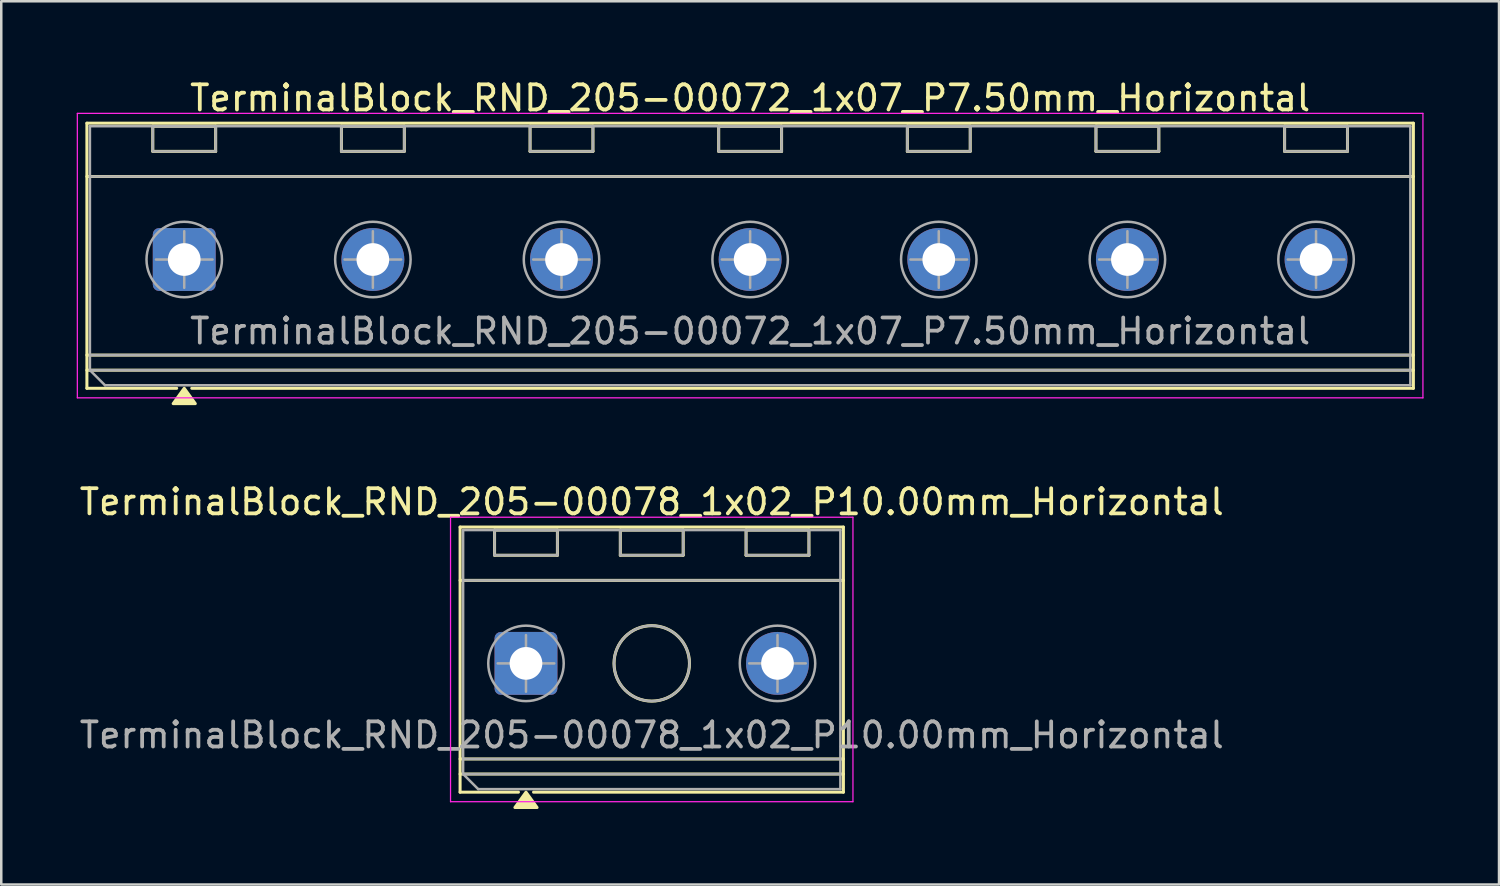
<source format=kicad_pcb>
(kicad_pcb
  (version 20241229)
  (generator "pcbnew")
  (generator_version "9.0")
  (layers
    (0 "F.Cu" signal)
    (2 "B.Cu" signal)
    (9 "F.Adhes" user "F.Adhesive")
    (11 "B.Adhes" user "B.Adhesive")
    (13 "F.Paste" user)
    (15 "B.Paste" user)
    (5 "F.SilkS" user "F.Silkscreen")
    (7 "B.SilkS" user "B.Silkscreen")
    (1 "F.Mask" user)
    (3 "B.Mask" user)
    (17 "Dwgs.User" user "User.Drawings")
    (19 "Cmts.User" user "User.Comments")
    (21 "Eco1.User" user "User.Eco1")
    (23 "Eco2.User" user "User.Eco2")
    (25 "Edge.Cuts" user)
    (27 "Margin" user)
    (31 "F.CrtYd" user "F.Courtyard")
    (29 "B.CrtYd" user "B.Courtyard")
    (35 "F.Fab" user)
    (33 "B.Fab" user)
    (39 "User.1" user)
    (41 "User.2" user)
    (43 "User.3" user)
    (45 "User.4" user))
  (footprint "TerminalBlock_RND_205-00072_1x07_P7.50mm_Horizontal"
    (layer "F.Cu")
    (at 4.275 7.268)
    (property "Reference" "TerminalBlock_RND_205-00072_1x07_P7.50mm_Horizontal" (at 22.5 -6.42 0) (layer "F.SilkS") (effects (font (size 1 1) (thickness 0.15))))
    (attr through_hole)
    (fp_line (start -3.87 -5.42) (end -3.87 5.12) (stroke (width 0.12) (type solid)) (layer "F.SilkS"))
    (fp_line (start -3.87 -5.42) (end 48.87 -5.42) (stroke (width 0.12) (type solid)) (layer "F.SilkS"))
    (fp_line (start -3.87 -3.3) (end 48.87 -3.3) (stroke (width 0.12) (type solid)) (layer "F.SilkS"))
    (fp_line (start -3.87 3.8) (end 48.87 3.8) (stroke (width 0.12) (type solid)) (layer "F.SilkS"))
    (fp_line (start -3.87 4.4) (end 48.87 4.4) (stroke (width 0.12) (type solid)) (layer "F.SilkS"))
    (fp_line (start -3.87 5.12) (end -0.3 5.12) (stroke (width 0.12) (type solid)) (layer "F.SilkS"))
    (fp_line (start -1.25 -5.3) (end -1.25 -4.3) (stroke (width 0.12) (type solid)) (layer "F.SilkS"))
    (fp_line (start -1.25 -5.3) (end 1.25 -5.3) (stroke (width 0.12) (type solid)) (layer "F.SilkS"))
    (fp_line (start -1.25 -4.3) (end 1.25 -4.3) (stroke (width 0.12) (type solid)) (layer "F.SilkS"))
    (fp_line (start 0.3 5.12) (end 48.87 5.12) (stroke (width 0.12) (type solid)) (layer "F.SilkS"))
    (fp_line (start 1.25 -5.3) (end 1.25 -4.3) (stroke (width 0.12) (type solid)) (layer "F.SilkS"))
    (fp_line (start 6.25 -5.3) (end 6.25 -4.3) (stroke (width 0.12) (type solid)) (layer "F.SilkS"))
    (fp_line (start 6.25 -5.3) (end 8.75 -5.3) (stroke (width 0.12) (type solid)) (layer "F.SilkS"))
    (fp_line (start 6.25 -4.3) (end 8.75 -4.3) (stroke (width 0.12) (type solid)) (layer "F.SilkS"))
    (fp_line (start 8.75 -5.3) (end 8.75 -4.3) (stroke (width 0.12) (type solid)) (layer "F.SilkS"))
    (fp_line (start 13.75 -5.3) (end 13.75 -4.3) (stroke (width 0.12) (type solid)) (layer "F.SilkS"))
    (fp_line (start 13.75 -5.3) (end 16.25 -5.3) (stroke (width 0.12) (type solid)) (layer "F.SilkS"))
    (fp_line (start 13.75 -4.3) (end 16.25 -4.3) (stroke (width 0.12) (type solid)) (layer "F.SilkS"))
    (fp_line (start 16.25 -5.3) (end 16.25 -4.3) (stroke (width 0.12) (type solid)) (layer "F.SilkS"))
    (fp_line (start 21.25 -5.3) (end 21.25 -4.3) (stroke (width 0.12) (type solid)) (layer "F.SilkS"))
    (fp_line (start 21.25 -5.3) (end 23.75 -5.3) (stroke (width 0.12) (type solid)) (layer "F.SilkS"))
    (fp_line (start 21.25 -4.3) (end 23.75 -4.3) (stroke (width 0.12) (type solid)) (layer "F.SilkS"))
    (fp_line (start 23.75 -5.3) (end 23.75 -4.3) (stroke (width 0.12) (type solid)) (layer "F.SilkS"))
    (fp_line (start 28.75 -5.3) (end 28.75 -4.3) (stroke (width 0.12) (type solid)) (layer "F.SilkS"))
    (fp_line (start 28.75 -5.3) (end 31.25 -5.3) (stroke (width 0.12) (type solid)) (layer "F.SilkS"))
    (fp_line (start 28.75 -4.3) (end 31.25 -4.3) (stroke (width 0.12) (type solid)) (layer "F.SilkS"))
    (fp_line (start 31.25 -5.3) (end 31.25 -4.3) (stroke (width 0.12) (type solid)) (layer "F.SilkS"))
    (fp_line (start 36.25 -5.3) (end 36.25 -4.3) (stroke (width 0.12) (type solid)) (layer "F.SilkS"))
    (fp_line (start 36.25 -5.3) (end 38.75 -5.3) (stroke (width 0.12) (type solid)) (layer "F.SilkS"))
    (fp_line (start 36.25 -4.3) (end 38.75 -4.3) (stroke (width 0.12) (type solid)) (layer "F.SilkS"))
    (fp_line (start 38.75 -5.3) (end 38.75 -4.3) (stroke (width 0.12) (type solid)) (layer "F.SilkS"))
    (fp_line (start 43.75 -5.3) (end 43.75 -4.3) (stroke (width 0.12) (type solid)) (layer "F.SilkS"))
    (fp_line (start 43.75 -5.3) (end 46.25 -5.3) (stroke (width 0.12) (type solid)) (layer "F.SilkS"))
    (fp_line (start 43.75 -4.3) (end 46.25 -4.3) (stroke (width 0.12) (type solid)) (layer "F.SilkS"))
    (fp_line (start 46.25 -5.3) (end 46.25 -4.3) (stroke (width 0.12) (type solid)) (layer "F.SilkS"))
    (fp_line (start 48.87 -5.42) (end 48.87 5.12) (stroke (width 0.12) (type solid)) (layer "F.SilkS"))
    (fp_poly (pts (xy 0 5.12) (xy 0.44 5.73) (xy -0.44 5.73)) (stroke (width 0.12) (type solid)) (fill yes) (layer "F.SilkS"))
    (fp_line (start -4.25 -5.81) (end -4.25 5.5) (stroke (width 0.05) (type solid)) (layer "F.CrtYd"))
    (fp_line (start -4.25 5.5) (end 49.25 5.5) (stroke (width 0.05) (type solid)) (layer "F.CrtYd"))
    (fp_line (start 49.25 -5.81) (end -4.25 -5.81) (stroke (width 0.05) (type solid)) (layer "F.CrtYd"))
    (fp_line (start 49.25 5.5) (end 49.25 -5.81) (stroke (width 0.05) (type solid)) (layer "F.CrtYd"))
    (fp_line (start -3.75 -5.3) (end 48.75 -5.3) (stroke (width 0.1) (type solid)) (layer "F.Fab"))
    (fp_line (start -3.75 -3.3) (end 48.75 -3.3) (stroke (width 0.1) (type solid)) (layer "F.Fab"))
    (fp_line (start -3.75 3.8) (end 48.75 3.8) (stroke (width 0.1) (type solid)) (layer "F.Fab"))
    (fp_line (start -3.75 4.4) (end -3.75 -5.3) (stroke (width 0.1) (type solid)) (layer "F.Fab"))
    (fp_line (start -3.75 4.4) (end 48.75 4.4) (stroke (width 0.1) (type solid)) (layer "F.Fab"))
    (fp_line (start -3.15 5) (end -3.75 4.4) (stroke (width 0.1) (type solid)) (layer "F.Fab"))
    (fp_line (start -1.25 -5.3) (end -1.25 -4.3) (stroke (width 0.1) (type solid)) (layer "F.Fab"))
    (fp_line (start -1.25 -4.3) (end 1.25 -4.3) (stroke (width 0.1) (type solid)) (layer "F.Fab"))
    (fp_line (start -1.125 0) (end 1.125 0) (stroke (width 0.1) (type solid)) (layer "F.Fab"))
    (fp_line (start 0 -1.125) (end 0 1.125) (stroke (width 0.1) (type solid)) (layer "F.Fab"))
    (fp_line (start 1.25 -5.3) (end -1.25 -5.3) (stroke (width 0.1) (type solid)) (layer "F.Fab"))
    (fp_line (start 1.25 -4.3) (end 1.25 -5.3) (stroke (width 0.1) (type solid)) (layer "F.Fab"))
    (fp_line (start 6.25 -5.3) (end 6.25 -4.3) (stroke (width 0.1) (type solid)) (layer "F.Fab"))
    (fp_line (start 6.25 -4.3) (end 8.75 -4.3) (stroke (width 0.1) (type solid)) (layer "F.Fab"))
    (fp_line (start 6.375 0) (end 8.625 0) (stroke (width 0.1) (type solid)) (layer "F.Fab"))
    (fp_line (start 7.5 -1.125) (end 7.5 1.125) (stroke (width 0.1) (type solid)) (layer "F.Fab"))
    (fp_line (start 8.75 -5.3) (end 6.25 -5.3) (stroke (width 0.1) (type solid)) (layer "F.Fab"))
    (fp_line (start 8.75 -4.3) (end 8.75 -5.3) (stroke (width 0.1) (type solid)) (layer "F.Fab"))
    (fp_line (start 13.75 -5.3) (end 13.75 -4.3) (stroke (width 0.1) (type solid)) (layer "F.Fab"))
    (fp_line (start 13.75 -4.3) (end 16.25 -4.3) (stroke (width 0.1) (type solid)) (layer "F.Fab"))
    (fp_line (start 13.875 0) (end 16.125 0) (stroke (width 0.1) (type solid)) (layer "F.Fab"))
    (fp_line (start 15 -1.125) (end 15 1.125) (stroke (width 0.1) (type solid)) (layer "F.Fab"))
    (fp_line (start 16.25 -5.3) (end 13.75 -5.3) (stroke (width 0.1) (type solid)) (layer "F.Fab"))
    (fp_line (start 16.25 -4.3) (end 16.25 -5.3) (stroke (width 0.1) (type solid)) (layer "F.Fab"))
    (fp_line (start 21.25 -5.3) (end 21.25 -4.3) (stroke (width 0.1) (type solid)) (layer "F.Fab"))
    (fp_line (start 21.25 -4.3) (end 23.75 -4.3) (stroke (width 0.1) (type solid)) (layer "F.Fab"))
    (fp_line (start 21.375 0) (end 23.625 0) (stroke (width 0.1) (type solid)) (layer "F.Fab"))
    (fp_line (start 22.5 -1.125) (end 22.5 1.125) (stroke (width 0.1) (type solid)) (layer "F.Fab"))
    (fp_line (start 23.75 -5.3) (end 21.25 -5.3) (stroke (width 0.1) (type solid)) (layer "F.Fab"))
    (fp_line (start 23.75 -4.3) (end 23.75 -5.3) (stroke (width 0.1) (type solid)) (layer "F.Fab"))
    (fp_line (start 28.75 -5.3) (end 28.75 -4.3) (stroke (width 0.1) (type solid)) (layer "F.Fab"))
    (fp_line (start 28.75 -4.3) (end 31.25 -4.3) (stroke (width 0.1) (type solid)) (layer "F.Fab"))
    (fp_line (start 28.875 0) (end 31.125 0) (stroke (width 0.1) (type solid)) (layer "F.Fab"))
    (fp_line (start 30 -1.125) (end 30 1.125) (stroke (width 0.1) (type solid)) (layer "F.Fab"))
    (fp_line (start 31.25 -5.3) (end 28.75 -5.3) (stroke (width 0.1) (type solid)) (layer "F.Fab"))
    (fp_line (start 31.25 -4.3) (end 31.25 -5.3) (stroke (width 0.1) (type solid)) (layer "F.Fab"))
    (fp_line (start 36.25 -5.3) (end 36.25 -4.3) (stroke (width 0.1) (type solid)) (layer "F.Fab"))
    (fp_line (start 36.25 -4.3) (end 38.75 -4.3) (stroke (width 0.1) (type solid)) (layer "F.Fab"))
    (fp_line (start 36.375 0) (end 38.625 0) (stroke (width 0.1) (type solid)) (layer "F.Fab"))
    (fp_line (start 37.5 -1.125) (end 37.5 1.125) (stroke (width 0.1) (type solid)) (layer "F.Fab"))
    (fp_line (start 38.75 -5.3) (end 36.25 -5.3) (stroke (width 0.1) (type solid)) (layer "F.Fab"))
    (fp_line (start 38.75 -4.3) (end 38.75 -5.3) (stroke (width 0.1) (type solid)) (layer "F.Fab"))
    (fp_line (start 43.75 -5.3) (end 43.75 -4.3) (stroke (width 0.1) (type solid)) (layer "F.Fab"))
    (fp_line (start 43.75 -4.3) (end 46.25 -4.3) (stroke (width 0.1) (type solid)) (layer "F.Fab"))
    (fp_line (start 43.875 0) (end 46.125 0) (stroke (width 0.1) (type solid)) (layer "F.Fab"))
    (fp_line (start 45 -1.125) (end 45 1.125) (stroke (width 0.1) (type solid)) (layer "F.Fab"))
    (fp_line (start 46.25 -5.3) (end 43.75 -5.3) (stroke (width 0.1) (type solid)) (layer "F.Fab"))
    (fp_line (start 46.25 -4.3) (end 46.25 -5.3) (stroke (width 0.1) (type solid)) (layer "F.Fab"))
    (fp_line (start 48.75 -5.3) (end 48.75 5) (stroke (width 0.1) (type solid)) (layer "F.Fab"))
    (fp_line (start 48.75 5) (end -3.15 5) (stroke (width 0.1) (type solid)) (layer "F.Fab"))
    (fp_circle (center 0 0) (end 1.5 0) (stroke (width 0.1) (type solid)) (fill no) (layer "F.Fab"))
    (fp_circle (center 7.5 0) (end 9 0) (stroke (width 0.1) (type solid)) (fill no) (layer "F.Fab"))
    (fp_circle (center 15 0) (end 16.5 0) (stroke (width 0.1) (type solid)) (fill no) (layer "F.Fab"))
    (fp_circle (center 22.5 0) (end 24 0) (stroke (width 0.1) (type solid)) (fill no) (layer "F.Fab"))
    (fp_circle (center 30 0) (end 31.5 0) (stroke (width 0.1) (type solid)) (fill no) (layer "F.Fab"))
    (fp_circle (center 37.5 0) (end 39 0) (stroke (width 0.1) (type solid)) (fill no) (layer "F.Fab"))
    (fp_circle (center 45 0) (end 46.5 0) (stroke (width 0.1) (type solid)) (fill no) (layer "F.Fab"))
    (fp_text user "${REFERENCE}" (at 22.5 2.85 0) (layer "F.Fab") (effects (font (size 1 1) (thickness 0.15))))
    (pad "1" thru_hole roundrect (at 0 0) (size 2.5 2.5) (drill 1.3) (layers "*.Cu" "*.Mask") (roundrect_rratio 0.1))
    (pad "2" thru_hole circle (at 7.5 0) (size 2.5 2.5) (drill 1.3) (layers "*.Cu" "*.Mask"))
    (pad "3" thru_hole circle (at 15 0) (size 2.5 2.5) (drill 1.3) (layers "*.Cu" "*.Mask"))
    (pad "4" thru_hole circle (at 22.5 0) (size 2.5 2.5) (drill 1.3) (layers "*.Cu" "*.Mask"))
    (pad "5" thru_hole circle (at 30 0) (size 2.5 2.5) (drill 1.3) (layers "*.Cu" "*.Mask"))
    (pad "6" thru_hole circle (at 37.5 0) (size 2.5 2.5) (drill 1.3) (layers "*.Cu" "*.Mask"))
    (pad "7" thru_hole circle (at 45 0) (size 2.5 2.5) (drill 1.3) (layers "*.Cu" "*.Mask")))
  (footprint "TerminalBlock_RND_205-00078_1x02_P10.00mm_Horizontal"
    (layer "F.Cu")
    (at 17.863 23.326)
    (property "Reference" "TerminalBlock_RND_205-00078_1x02_P10.00mm_Horizontal" (at 5 -6.42 0) (layer "F.SilkS") (effects (font (size 1 1) (thickness 0.15))))
    (attr through_hole)
    (fp_line (start -2.62 -5.42) (end -2.62 5.12) (stroke (width 0.12) (type solid)) (layer "F.SilkS"))
    (fp_line (start -2.62 -5.42) (end 12.62 -5.42) (stroke (width 0.12) (type solid)) (layer "F.SilkS"))
    (fp_line (start -2.62 -3.3) (end 12.62 -3.3) (stroke (width 0.12) (type solid)) (layer "F.SilkS"))
    (fp_line (start -2.62 3.8) (end 12.62 3.8) (stroke (width 0.12) (type solid)) (layer "F.SilkS"))
    (fp_line (start -2.62 4.4) (end 12.62 4.4) (stroke (width 0.12) (type solid)) (layer "F.SilkS"))
    (fp_line (start -2.62 5.12) (end -0.3 5.12) (stroke (width 0.12) (type solid)) (layer "F.SilkS"))
    (fp_line (start -1.25 -5.3) (end -1.25 -4.3) (stroke (width 0.12) (type solid)) (layer "F.SilkS"))
    (fp_line (start -1.25 -5.3) (end 1.25 -5.3) (stroke (width 0.12) (type solid)) (layer "F.SilkS"))
    (fp_line (start -1.25 -4.3) (end 1.25 -4.3) (stroke (width 0.12) (type solid)) (layer "F.SilkS"))
    (fp_line (start 0.3 5.12) (end 12.62 5.12) (stroke (width 0.12) (type solid)) (layer "F.SilkS"))
    (fp_line (start 1.25 -5.3) (end 1.25 -4.3) (stroke (width 0.12) (type solid)) (layer "F.SilkS"))
    (fp_line (start 3.75 -5.3) (end 3.75 -4.3) (stroke (width 0.12) (type solid)) (layer "F.SilkS"))
    (fp_line (start 3.75 -5.3) (end 6.25 -5.3) (stroke (width 0.12) (type solid)) (layer "F.SilkS"))
    (fp_line (start 3.75 -4.3) (end 6.25 -4.3) (stroke (width 0.12) (type solid)) (layer "F.SilkS"))
    (fp_line (start 6.25 -5.3) (end 6.25 -4.3) (stroke (width 0.12) (type solid)) (layer "F.SilkS"))
    (fp_line (start 8.75 -5.3) (end 8.75 -4.3) (stroke (width 0.12) (type solid)) (layer "F.SilkS"))
    (fp_line (start 8.75 -5.3) (end 11.25 -5.3) (stroke (width 0.12) (type solid)) (layer "F.SilkS"))
    (fp_line (start 8.75 -4.3) (end 11.25 -4.3) (stroke (width 0.12) (type solid)) (layer "F.SilkS"))
    (fp_line (start 11.25 -5.3) (end 11.25 -4.3) (stroke (width 0.12) (type solid)) (layer "F.SilkS"))
    (fp_line (start 12.62 -5.42) (end 12.62 5.12) (stroke (width 0.12) (type solid)) (layer "F.SilkS"))
    (fp_circle (center 5 0) (end 6.5 0) (stroke (width 0.12) (type solid)) (fill no) (layer "F.SilkS"))
    (fp_poly (pts (xy 0 5.12) (xy 0.44 5.73) (xy -0.44 5.73)) (stroke (width 0.12) (type solid)) (fill yes) (layer "F.SilkS"))
    (fp_line (start -3 -5.81) (end -3 5.5) (stroke (width 0.05) (type solid)) (layer "F.CrtYd"))
    (fp_line (start -3 5.5) (end 13 5.5) (stroke (width 0.05) (type solid)) (layer "F.CrtYd"))
    (fp_line (start 13 -5.81) (end -3 -5.81) (stroke (width 0.05) (type solid)) (layer "F.CrtYd"))
    (fp_line (start 13 5.5) (end 13 -5.81) (stroke (width 0.05) (type solid)) (layer "F.CrtYd"))
    (fp_line (start -2.5 -5.3) (end 12.5 -5.3) (stroke (width 0.1) (type solid)) (layer "F.Fab"))
    (fp_line (start -2.5 -3.3) (end 12.5 -3.3) (stroke (width 0.1) (type solid)) (layer "F.Fab"))
    (fp_line (start -2.5 3.8) (end 12.5 3.8) (stroke (width 0.1) (type solid)) (layer "F.Fab"))
    (fp_line (start -2.5 4.4) (end -2.5 -5.3) (stroke (width 0.1) (type solid)) (layer "F.Fab"))
    (fp_line (start -2.5 4.4) (end 12.5 4.4) (stroke (width 0.1) (type solid)) (layer "F.Fab"))
    (fp_line (start -1.9 5) (end -2.5 4.4) (stroke (width 0.1) (type solid)) (layer "F.Fab"))
    (fp_line (start -1.25 -5.3) (end -1.25 -4.3) (stroke (width 0.1) (type solid)) (layer "F.Fab"))
    (fp_line (start -1.25 -4.3) (end 1.25 -4.3) (stroke (width 0.1) (type solid)) (layer "F.Fab"))
    (fp_line (start -1.125 0) (end 1.125 0) (stroke (width 0.1) (type solid)) (layer "F.Fab"))
    (fp_line (start 0 -1.125) (end 0 1.125) (stroke (width 0.1) (type solid)) (layer "F.Fab"))
    (fp_line (start 1.25 -5.3) (end -1.25 -5.3) (stroke (width 0.1) (type solid)) (layer "F.Fab"))
    (fp_line (start 1.25 -4.3) (end 1.25 -5.3) (stroke (width 0.1) (type solid)) (layer "F.Fab"))
    (fp_line (start 3.75 -5.3) (end 3.75 -4.3) (stroke (width 0.1) (type solid)) (layer "F.Fab"))
    (fp_line (start 3.75 -4.3) (end 6.25 -4.3) (stroke (width 0.1) (type solid)) (layer "F.Fab"))
    (fp_line (start 6.25 -5.3) (end 3.75 -5.3) (stroke (width 0.1) (type solid)) (layer "F.Fab"))
    (fp_line (start 6.25 -4.3) (end 6.25 -5.3) (stroke (width 0.1) (type solid)) (layer "F.Fab"))
    (fp_line (start 8.75 -5.3) (end 8.75 -4.3) (stroke (width 0.1) (type solid)) (layer "F.Fab"))
    (fp_line (start 8.75 -4.3) (end 11.25 -4.3) (stroke (width 0.1) (type solid)) (layer "F.Fab"))
    (fp_line (start 8.875 0) (end 11.125 0) (stroke (width 0.1) (type solid)) (layer "F.Fab"))
    (fp_line (start 10 -1.125) (end 10 1.125) (stroke (width 0.1) (type solid)) (layer "F.Fab"))
    (fp_line (start 11.25 -5.3) (end 8.75 -5.3) (stroke (width 0.1) (type solid)) (layer "F.Fab"))
    (fp_line (start 11.25 -4.3) (end 11.25 -5.3) (stroke (width 0.1) (type solid)) (layer "F.Fab"))
    (fp_line (start 12.5 -5.3) (end 12.5 5) (stroke (width 0.1) (type solid)) (layer "F.Fab"))
    (fp_line (start 12.5 5) (end -1.9 5) (stroke (width 0.1) (type solid)) (layer "F.Fab"))
    (fp_circle (center 0 0) (end 1.5 0) (stroke (width 0.1) (type solid)) (fill no) (layer "F.Fab"))
    (fp_circle (center 5 0) (end 6.5 0) (stroke (width 0.1) (type solid)) (fill no) (layer "F.Fab"))
    (fp_circle (center 10 0) (end 11.5 0) (stroke (width 0.1) (type solid)) (fill no) (layer "F.Fab"))
    (fp_text user "${REFERENCE}" (at 5 2.85 0) (layer "F.Fab") (effects (font (size 1 1) (thickness 0.15))))
    (pad "1" thru_hole roundrect (at 0 0) (size 2.5 2.5) (drill 1.3) (layers "*.Cu" "*.Mask") (roundrect_rratio 0.1))
    (pad "2" thru_hole circle (at 10 0) (size 2.5 2.5) (drill 1.3) (layers "*.Cu" "*.Mask")))
  (gr_rect
    (start -3 -3)
    (end 56.55 32.117)
    (stroke (width 0.1) (type default))
    (fill no)
    (layer "Edge.Cuts")))
</source>
